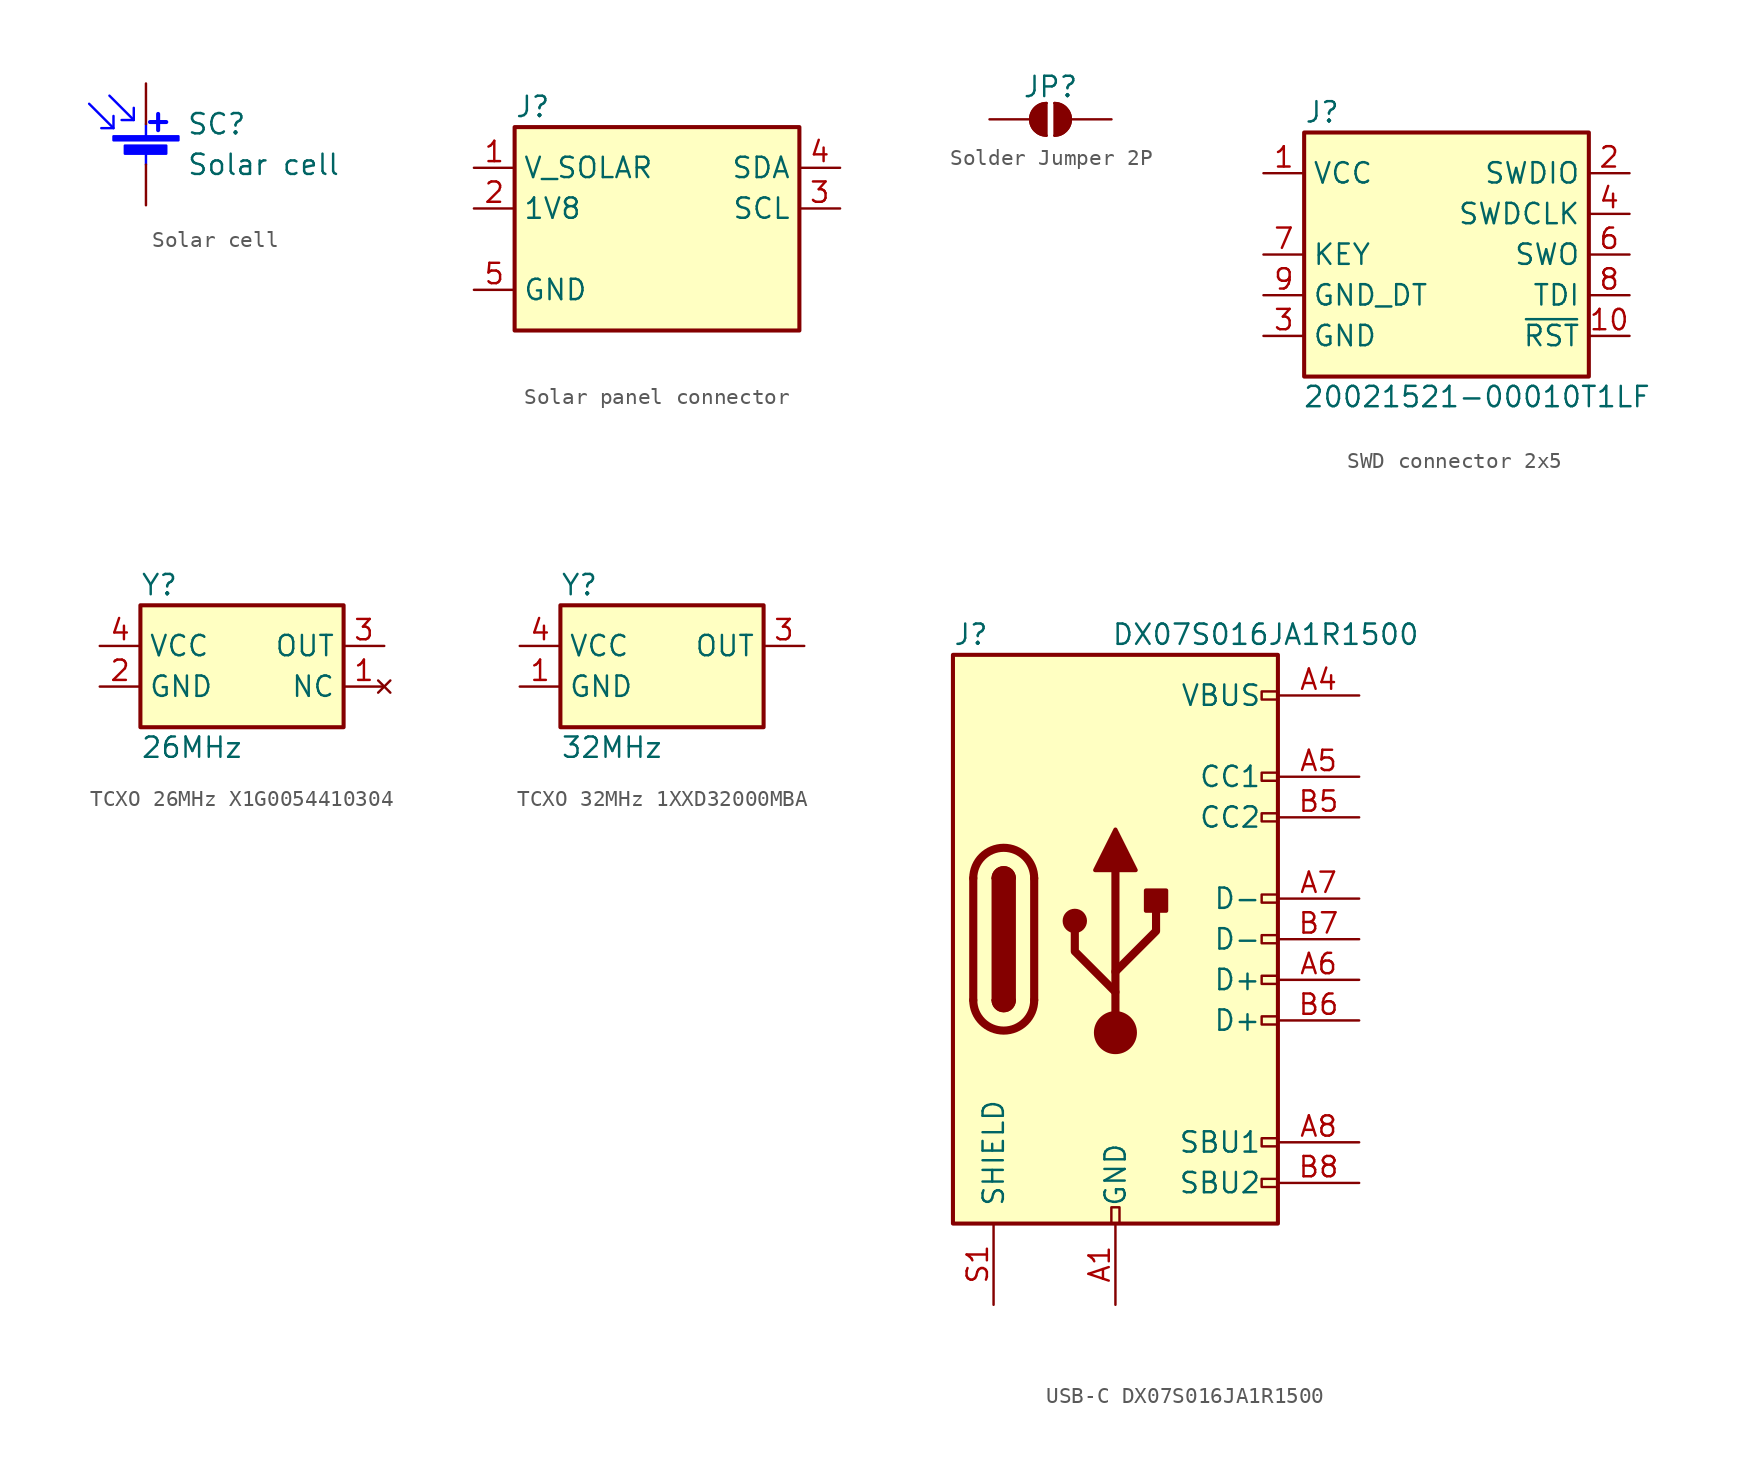
<source format=kicad_sym>
(kicad_symbol_lib
  (version 20231120)
  (generator "kicad_symbol_editor")
  (generator_version "8.0")
  (symbol "Solar cell"
    (pin_numbers hide)
    (pin_names
      (offset 0) hide)
    (property "Reference" "SC"
      (at 2.54 2.54 0)
      (effects (font (size 1.27 1.27)) (justify left)))
    (property "Value" "Solar cell"
      (at 2.54 0 0)
      (effects (font (size 1.27 1.27)) (justify left)))
    (symbol "Solar cell_0_1"
      (rectangle (start -2.032 1.778) (end 2.032 1.524) (stroke (width 0) (type default) (color 0 0 255 1)) (fill (type outline)))
      (rectangle (start -1.321 1.194) (end 1.27 0.686) (stroke (width 0) (type default) (color 0 0 255 1)) (fill (type outline)))
      (polyline (pts (xy -2.032 2.286) (xy -3.556 3.81)) (stroke (width 0) (type default) (color 0 0 255 1)) (fill (type none)))
      (polyline (pts (xy -0.762 2.794) (xy -2.286 4.318)) (stroke (width 0) (type default) (color 0 0 255 1)) (fill (type none)))
      (polyline (pts (xy 0 0.762) (xy 0 0)) (stroke (width 0) (type default) (color 0 0 255 1)) (fill (type none)))
      (polyline (pts (xy 0 1.778) (xy 0 2.54)) (stroke (width 0) (type default) (color 0 0 255 1)) (fill (type none)))
      (polyline (pts (xy 0.254 2.667) (xy 1.27 2.667)) (stroke (width 0.254) (type default) (color 0 0 255 1)) (fill (type none)))
      (polyline (pts (xy 0.762 3.175) (xy 0.762 2.159)) (stroke (width 0.254) (type default) (color 0 0 255 1)) (fill (type none)))
      (polyline (pts (xy -2.032 3.048) (xy -2.032 2.286) (xy -2.794 2.286)) (stroke (width 0) (type default) (color 0 0 255 1)) (fill (type none)))
      (polyline (pts (xy -0.762 3.556) (xy -0.762 2.794) (xy -1.524 2.794)) (stroke (width 0) (type default) (color 0 0 255 1)) (fill (type none))))
    (symbol "Solar cell_1_1"
      (pin passive line (at 0 5.08 270) (length 2.54) (name "+" (effects (font (size 1.27 1.27)))) (number "1" (effects (font (size 1.27 1.27)))))
      (pin passive line (at 0 -2.54 90) (length 2.54) (name "-" (effects (font (size 1.27 1.27)))) (number "2" (effects (font (size 1.27 1.27)))))))
  (symbol "Solar panel connector"
    (property "Reference" "J"
      (at -8.89 8.89 0)
      (do_not_autoplace)
      (effects (font (size 1.27 1.27)) (justify left)))
    (property "Value" ""
      (at 1.905 -6.35 0)
      (do_not_autoplace)
      (effects (font (size 1.27 1.27))))
    (symbol "Solar panel connector_1_1"
      (rectangle (start -8.89 7.62) (end 8.89 -5.08) (stroke (width 0.254) (type default)) (fill (type background)))
      (pin power_in line (at -11.43 5.08 0) (length 2.54) (name "V_SOLAR" (effects (font (size 1.27 1.27)))) (number "1" (effects (font (size 1.27 1.27)))))
      (pin input line (at -11.43 2.54 0) (length 2.54) (name "1V8" (effects (font (size 1.27 1.27)))) (number "2" (effects (font (size 1.27 1.27)))))
      (pin input line (at 11.43 2.54 180) (length 2.54) (name "SCL" (effects (font (size 1.27 1.27)))) (number "3" (effects (font (size 1.27 1.27)))))
      (pin input line (at 11.43 5.08 180) (length 2.54) (name "SDA" (effects (font (size 1.27 1.27)))) (number "4" (effects (font (size 1.27 1.27)))))
      (pin passive line (at -11.43 -2.54 0) (length 2.54) (name "GND" (effects (font (size 1.27 1.27)))) (number "5" (effects (font (size 1.27 1.27)))))))
  (symbol "Solder Jumper 2P"
    (pin_numbers hide)
    (pin_names
      (offset 0) hide)
    (property "Reference" "JP"
      (at 0 2.032 0)
      (effects (font (size 1.27 1.27))))
    (symbol "Solder Jumper 2P_0_1"
      (arc (start -0.254 1.016) (mid -1.2656 0) (end -0.254 -1.016) (stroke (width 0) (type default)) (fill (type none)))
      (arc (start -0.254 1.016) (mid -1.2656 0) (end -0.254 -1.016) (stroke (width 0) (type default)) (fill (type outline)))
      (polyline (pts (xy -0.254 1.016) (xy -0.254 -1.016)) (stroke (width 0) (type default)) (fill (type none)))
      (polyline (pts (xy 0.254 1.016) (xy 0.254 -1.016)) (stroke (width 0) (type default)) (fill (type none)))
      (arc (start 0.254 -1.016) (mid 1.2656 0) (end 0.254 1.016) (stroke (width 0) (type default)) (fill (type none)))
      (arc (start 0.254 -1.016) (mid 1.2656 0) (end 0.254 1.016) (stroke (width 0) (type default)) (fill (type outline))))
    (symbol "Solder Jumper 2P_1_1"
      (pin passive line (at -3.81 0 0) (length 2.54) (name "A" (effects (font (size 1.27 1.27)))) (number "1" (effects (font (size 1.27 1.27)))))
      (pin passive line (at 3.81 0 180) (length 2.54) (name "B" (effects (font (size 1.27 1.27)))) (number "2" (effects (font (size 1.27 1.27)))))))
  (symbol "SWD connector 2x5"
    (property "Reference" "J"
      (at -8.89 8.89 0)
      (do_not_autoplace)
      (effects (font (size 1.27 1.27)) (justify left)))
    (property "Value" "20021521-00010T1LF"
      (at 1.905 -8.89 0)
      (do_not_autoplace)
      (effects (font (size 1.27 1.27))))
    (symbol "SWD connector 2x5_1_1"
      (rectangle (start -8.89 7.62) (end 8.89 -7.62) (stroke (width 0.254) (type default)) (fill (type background)))
      (pin power_in line (at -11.43 5.08 0) (length 2.54) (name "VCC" (effects (font (size 1.27 1.27)))) (number "1" (effects (font (size 1.27 1.27)))))
      (pin input line (at 11.43 -5.08 180) (length 2.54) (name "~{RST}" (effects (font (size 1.27 1.27)))) (number "10" (effects (font (size 1.27 1.27)))))
      (pin bidirectional line (at 11.43 5.08 180) (length 2.54) (name "SWDIO" (effects (font (size 1.27 1.27)))) (number "2" (effects (font (size 1.27 1.27)))))
      (pin passive line (at -11.43 -5.08 0) (length 2.54) (name "GND" (effects (font (size 1.27 1.27)))) (number "3" (effects (font (size 1.27 1.27)))))
      (pin output line (at 11.43 2.54 180) (length 2.54) (name "SWDCLK" (effects (font (size 1.27 1.27)))) (number "4" (effects (font (size 1.27 1.27)))))
      (pin passive line (at -11.43 -5.08 0) (length 2.54) hide (name "GND" (effects (font (size 1.27 1.27)))) (number "5" (effects (font (size 1.27 1.27)))))
      (pin input line (at 11.43 0 180) (length 2.54) (name "SWO" (effects (font (size 1.27 1.27)))) (number "6" (effects (font (size 1.27 1.27)))))
      (pin input line (at -11.43 0 0) (length 2.54) (name "KEY" (effects (font (size 1.27 1.27)))) (number "7" (effects (font (size 1.27 1.27)))))
      (pin input line (at 11.43 -2.54 180) (length 2.54) (name "TDI" (effects (font (size 1.27 1.27)))) (number "8" (effects (font (size 1.27 1.27)))))
      (pin input line (at -11.43 -2.54 0) (length 2.54) (name "GND_DT" (effects (font (size 1.27 1.27)))) (number "9" (effects (font (size 1.27 1.27)))))))
  (symbol "TCXO 26MHz X1G0054410304"
    (property "Reference" "Y"
      (at -6.35 5.08 0)
      (do_not_autoplace)
      (effects (font (size 1.27 1.27)) (justify left)))
    (property "Value" "26MHz"
      (at -6.35 -5.08 0)
      (do_not_autoplace)
      (effects (font (size 1.27 1.27)) (justify left)))
    (symbol "TCXO 26MHz X1G0054410304_1_1"
      (rectangle (start -6.35 3.81) (end 6.35 -3.81) (stroke (width 0.254) (type default)) (fill (type background)))
      (pin no_connect line (at 8.89 -1.27 180) (length 2.54) (name "NC" (effects (font (size 1.27 1.27)))) (number "1" (effects (font (size 1.27 1.27)))))
      (pin passive line (at -8.89 -1.27 0) (length 2.54) (name "GND" (effects (font (size 1.27 1.27)))) (number "2" (effects (font (size 1.27 1.27)))))
      (pin output line (at 8.89 1.27 180) (length 2.54) (name "OUT" (effects (font (size 1.27 1.27)))) (number "3" (effects (font (size 1.27 1.27)))))
      (pin power_in line (at -8.89 1.27 0) (length 2.54) (name "VCC" (effects (font (size 1.27 1.27)))) (number "4" (effects (font (size 1.27 1.27)))))))
  (symbol "TCXO 32MHz 1XXD32000MBA"
    (property "Reference" "Y"
      (at -6.35 5.08 0)
      (do_not_autoplace)
      (effects (font (size 1.27 1.27)) (justify left)))
    (property "Value" "32MHz"
      (at -6.35 -5.08 0)
      (do_not_autoplace)
      (effects (font (size 1.27 1.27)) (justify left)))
    (symbol "TCXO 32MHz 1XXD32000MBA_1_1"
      (rectangle (start -6.35 3.81) (end 6.35 -3.81) (stroke (width 0.254) (type default)) (fill (type background)))
      (pin passive line (at -8.89 -1.27 0) (length 2.54) (name "GND" (effects (font (size 1.27 1.27)))) (number "1" (effects (font (size 1.27 1.27)))))
      (pin passive line (at -8.89 -1.27 0) (length 2.54) hide (name "GND" (effects (font (size 1.27 1.27)))) (number "2" (effects (font (size 1.27 1.27)))))
      (pin output line (at 8.89 1.27 180) (length 2.54) (name "OUT" (effects (font (size 1.27 1.27)))) (number "3" (effects (font (size 1.27 1.27)))))
      (pin power_in line (at -8.89 1.27 0) (length 2.54) (name "VCC" (effects (font (size 1.27 1.27)))) (number "4" (effects (font (size 1.27 1.27)))))))
  (symbol "USB-C DX07S016JA1R1500"
    (pin_names
      (offset 1.016))
    (property "Reference" "J"
      (at -10.16 19.05 0)
      (effects (font (size 1.27 1.27)) (justify left)))
    (property "Value" "DX07S016JA1R1500"
      (at 19.05 19.05 0)
      (effects (font (size 1.27 1.27)) (justify right)))
    (symbol "USB-C DX07S016JA1R1500_0_0"
      (rectangle (start -0.254 -17.78) (end 0.254 -16.764) (stroke (width 0) (type default)) (fill (type none)))
      (rectangle (start 10.16 -14.986) (end 9.144 -15.494) (stroke (width 0) (type default)) (fill (type none)))
      (rectangle (start 10.16 -12.446) (end 9.144 -12.954) (stroke (width 0) (type default)) (fill (type none)))
      (rectangle (start 10.16 -4.826) (end 9.144 -5.334) (stroke (width 0) (type default)) (fill (type none)))
      (rectangle (start 10.16 -2.286) (end 9.144 -2.794) (stroke (width 0) (type default)) (fill (type none)))
      (rectangle (start 10.16 0.254) (end 9.144 -0.254) (stroke (width 0) (type default)) (fill (type none)))
      (rectangle (start 10.16 2.794) (end 9.144 2.286) (stroke (width 0) (type default)) (fill (type none)))
      (rectangle (start 10.16 7.874) (end 9.144 7.366) (stroke (width 0) (type default)) (fill (type none)))
      (rectangle (start 10.16 10.414) (end 9.144 9.906) (stroke (width 0) (type default)) (fill (type none)))
      (rectangle (start 10.16 15.494) (end 9.144 14.986) (stroke (width 0) (type default)) (fill (type none))))
    (symbol "USB-C DX07S016JA1R1500_0_1"
      (rectangle (start -10.16 17.78) (end 10.16 -17.78) (stroke (width 0.254) (type default)) (fill (type background)))
      (arc (start -8.89 -3.81) (mid -6.985 -5.7067) (end -5.08 -3.81) (stroke (width 0.508) (type default)) (fill (type none)))
      (arc (start -7.62 -3.81) (mid -6.985 -4.4423) (end -6.35 -3.81) (stroke (width 0.254) (type default)) (fill (type none)))
      (arc (start -7.62 -3.81) (mid -6.985 -4.4423) (end -6.35 -3.81) (stroke (width 0.254) (type default)) (fill (type outline)))
      (rectangle (start -7.62 -3.81) (end -6.35 3.81) (stroke (width 0.254) (type default)) (fill (type outline)))
      (arc (start -6.35 3.81) (mid -6.985 4.4423) (end -7.62 3.81) (stroke (width 0.254) (type default)) (fill (type none)))
      (arc (start -6.35 3.81) (mid -6.985 4.4423) (end -7.62 3.81) (stroke (width 0.254) (type default)) (fill (type outline)))
      (arc (start -5.08 3.81) (mid -6.985 5.7067) (end -8.89 3.81) (stroke (width 0.508) (type default)) (fill (type none)))
      (circle (center -2.54 1.143) (radius 0.635) (stroke (width 0.254) (type default)) (fill (type outline)))
      (circle (center 0 -5.842) (radius 1.27) (stroke (width 0) (type default)) (fill (type outline)))
      (polyline (pts (xy -8.89 -3.81) (xy -8.89 3.81)) (stroke (width 0.508) (type default)) (fill (type none)))
      (polyline (pts (xy -5.08 3.81) (xy -5.08 -3.81)) (stroke (width 0.508) (type default)) (fill (type none)))
      (polyline (pts (xy 0 -5.842) (xy 0 4.318)) (stroke (width 0.508) (type default)) (fill (type none)))
      (polyline (pts (xy 0 -3.302) (xy -2.54 -0.762) (xy -2.54 0.508)) (stroke (width 0.508) (type default)) (fill (type none)))
      (polyline (pts (xy 0 -2.032) (xy 2.54 0.508) (xy 2.54 1.778)) (stroke (width 0.508) (type default)) (fill (type none)))
      (polyline (pts (xy -1.27 4.318) (xy 0 6.858) (xy 1.27 4.318) (xy -1.27 4.318)) (stroke (width 0.254) (type default)) (fill (type outline)))
      (rectangle (start 1.905 1.778) (end 3.175 3.048) (stroke (width 0.254) (type default)) (fill (type outline))))
    (symbol "USB-C DX07S016JA1R1500_1_1"
      (pin passive line (at 0 -22.86 90) (length 5.08) (name "GND" (effects (font (size 1.27 1.27)))) (number "A1" (effects (font (size 1.27 1.27)))))
      (pin passive line (at 0 -22.86 90) (length 5.08) hide (name "GND" (effects (font (size 1.27 1.27)))) (number "A12" (effects (font (size 1.27 1.27)))))
      (pin passive line (at 15.24 15.24 180) (length 5.08) (name "VBUS" (effects (font (size 1.27 1.27)))) (number "A4" (effects (font (size 1.27 1.27)))))
      (pin bidirectional line (at 15.24 10.16 180) (length 5.08) (name "CC1" (effects (font (size 1.27 1.27)))) (number "A5" (effects (font (size 1.27 1.27)))))
      (pin bidirectional line (at 15.24 -2.54 180) (length 5.08) (name "D+" (effects (font (size 1.27 1.27)))) (number "A6" (effects (font (size 1.27 1.27)))))
      (pin bidirectional line (at 15.24 2.54 180) (length 5.08) (name "D-" (effects (font (size 1.27 1.27)))) (number "A7" (effects (font (size 1.27 1.27)))))
      (pin bidirectional line (at 15.24 -12.7 180) (length 5.08) (name "SBU1" (effects (font (size 1.27 1.27)))) (number "A8" (effects (font (size 1.27 1.27)))))
      (pin passive line (at 15.24 15.24 180) (length 5.08) hide (name "VBUS" (effects (font (size 1.27 1.27)))) (number "A9" (effects (font (size 1.27 1.27)))))
      (pin passive line (at 0 -22.86 90) (length 5.08) hide (name "GND" (effects (font (size 1.27 1.27)))) (number "B1" (effects (font (size 1.27 1.27)))))
      (pin passive line (at 0 -22.86 90) (length 5.08) hide (name "GND" (effects (font (size 1.27 1.27)))) (number "B12" (effects (font (size 1.27 1.27)))))
      (pin passive line (at 15.24 15.24 180) (length 5.08) hide (name "VBUS" (effects (font (size 1.27 1.27)))) (number "B4" (effects (font (size 1.27 1.27)))))
      (pin bidirectional line (at 15.24 7.62 180) (length 5.08) (name "CC2" (effects (font (size 1.27 1.27)))) (number "B5" (effects (font (size 1.27 1.27)))))
      (pin bidirectional line (at 15.24 -5.08 180) (length 5.08) (name "D+" (effects (font (size 1.27 1.27)))) (number "B6" (effects (font (size 1.27 1.27)))))
      (pin bidirectional line (at 15.24 0 180) (length 5.08) (name "D-" (effects (font (size 1.27 1.27)))) (number "B7" (effects (font (size 1.27 1.27)))))
      (pin bidirectional line (at 15.24 -15.24 180) (length 5.08) (name "SBU2" (effects (font (size 1.27 1.27)))) (number "B8" (effects (font (size 1.27 1.27)))))
      (pin passive line (at 15.24 15.24 180) (length 5.08) hide (name "VBUS" (effects (font (size 1.27 1.27)))) (number "B9" (effects (font (size 1.27 1.27)))))
      (pin passive line (at -7.62 -22.86 90) (length 5.08) (name "SHIELD" (effects (font (size 1.27 1.27)))) (number "S1" (effects (font (size 1.27 1.27))))))))
</source>
